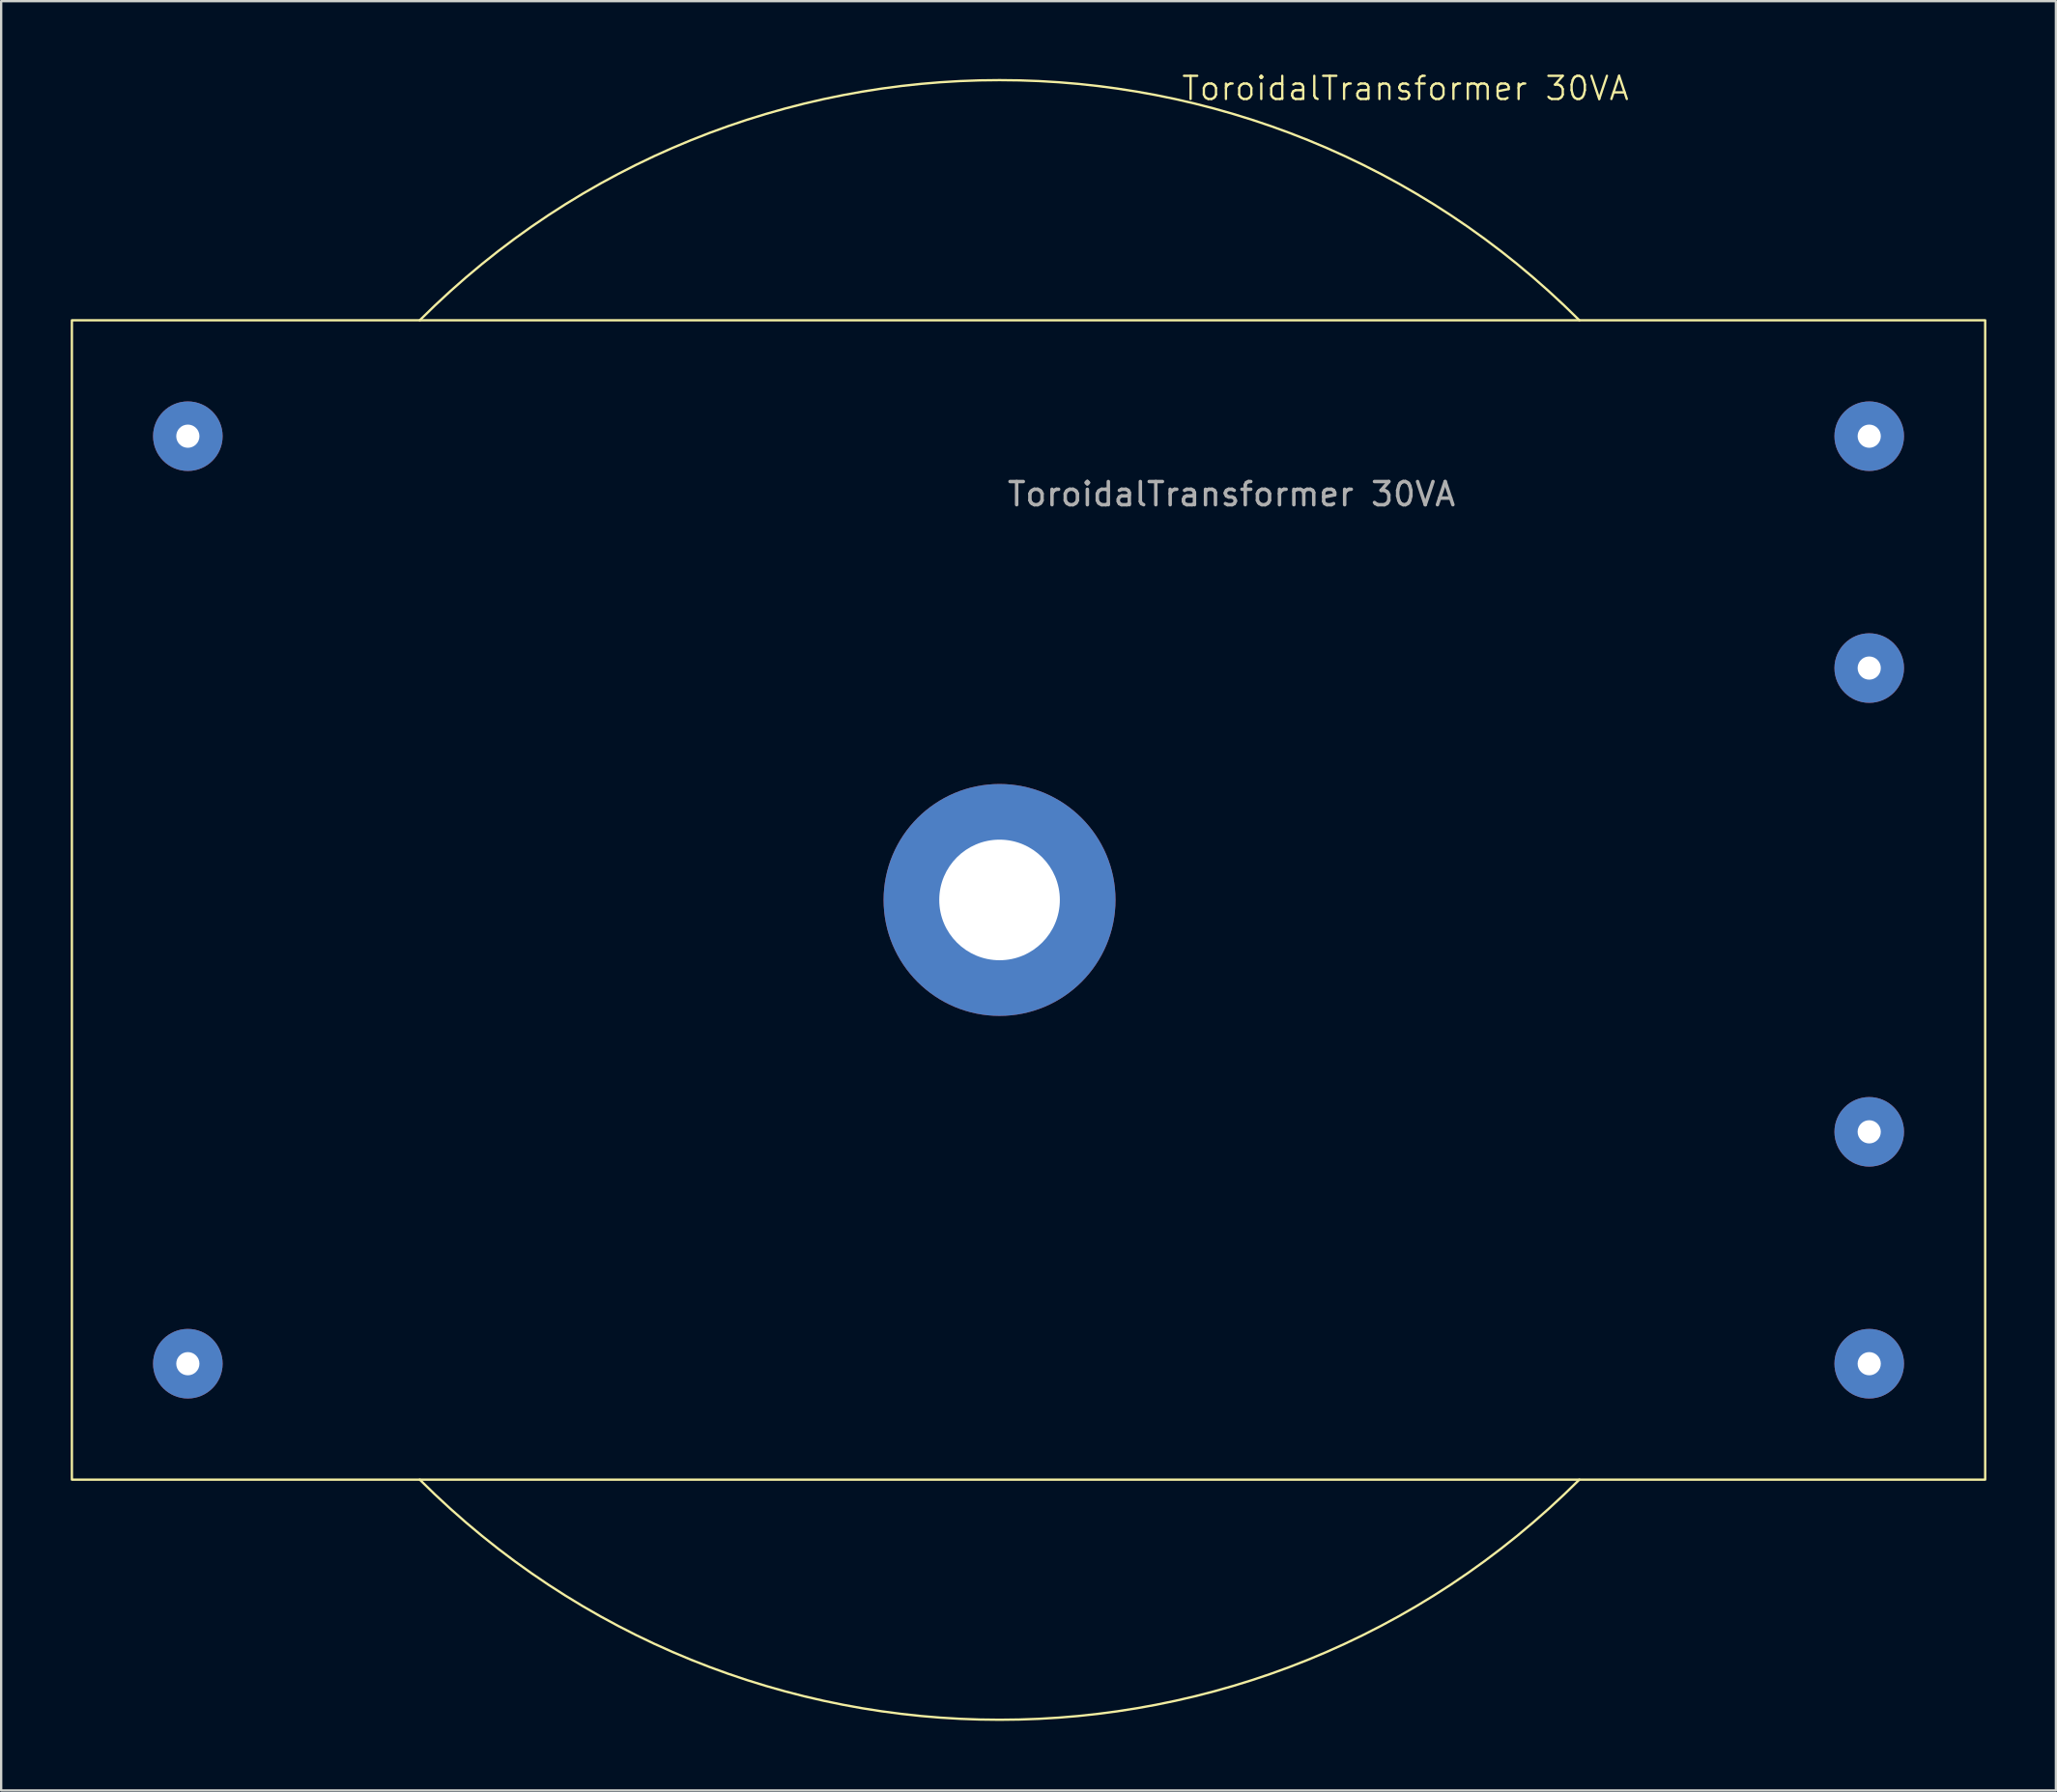
<source format=kicad_pcb>
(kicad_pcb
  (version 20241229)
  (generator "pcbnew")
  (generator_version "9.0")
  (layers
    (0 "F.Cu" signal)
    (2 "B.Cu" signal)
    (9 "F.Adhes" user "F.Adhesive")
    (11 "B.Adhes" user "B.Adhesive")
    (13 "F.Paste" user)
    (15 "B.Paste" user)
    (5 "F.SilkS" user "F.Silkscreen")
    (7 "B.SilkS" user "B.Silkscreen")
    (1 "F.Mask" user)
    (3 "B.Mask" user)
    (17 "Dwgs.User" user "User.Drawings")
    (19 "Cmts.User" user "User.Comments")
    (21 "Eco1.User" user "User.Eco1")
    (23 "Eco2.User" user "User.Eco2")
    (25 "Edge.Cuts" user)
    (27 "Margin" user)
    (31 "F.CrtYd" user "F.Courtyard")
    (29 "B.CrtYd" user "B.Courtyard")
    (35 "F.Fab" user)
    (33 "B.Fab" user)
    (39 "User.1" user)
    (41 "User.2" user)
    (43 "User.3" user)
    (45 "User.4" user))
  (footprint "ToroidalTransformer 30VA"
    (layer "F.Cu")
    (at 40.05 35.761)
    (property "Reference" "ToroidalTransformer 30VA" (at 17.5 -35 0) (unlocked yes) (layer "F.SilkS") (effects (font (size 1 1) (thickness 0.1))))
    (attr through_hole)
    (fp_rect (start -40 -25) (end 42.5 25) (stroke (width 0.1) (type default)) (fill no) (layer "F.SilkS"))
    (fp_arc (start -25 -25) (mid 0 -35.355339) (end 25 -25) (stroke (width 0.1) (type default)) (layer "F.SilkS"))
    (fp_arc (start 25 25) (mid 0 35.355339) (end -25 25) (stroke (width 0.1) (type default)) (layer "F.SilkS"))
    (fp_text user "${REFERENCE}" (at 10 -17.5 0) (unlocked yes) (layer "F.Fab") (effects (font (size 1 1) (thickness 0.15))))
    (pad "" np_thru_hole circle (at 0 0) (size 10 10) (drill 5.2) (layers "*.Cu" "*.Mask"))
    (pad "1" thru_hole circle (at -35 -20) (size 3 3) (drill 1) (layers "*.Cu" "*.Mask"))
    (pad "2" thru_hole circle (at -35 20) (size 3 3) (drill 1) (layers "*.Cu" "*.Mask"))
    (pad "3" thru_hole circle (at 37.5 -20) (size 3 3) (drill 1) (layers "*.Cu" "*.Mask"))
    (pad "4" thru_hole circle (at 37.5 -10) (size 3 3) (drill 1) (layers "*.Cu" "*.Mask"))
    (pad "5" thru_hole circle (at 37.5 10) (size 3 3) (drill 1) (layers "*.Cu" "*.Mask"))
    (pad "6" thru_hole circle (at 37.5 20) (size 3 3) (drill 1) (layers "*.Cu" "*.Mask")))
  (gr_rect
    (start -3 -3)
    (end 85.6 74.166)
    (stroke (width 0.1) (type default))
    (fill no)
    (layer "Edge.Cuts")))
</source>
